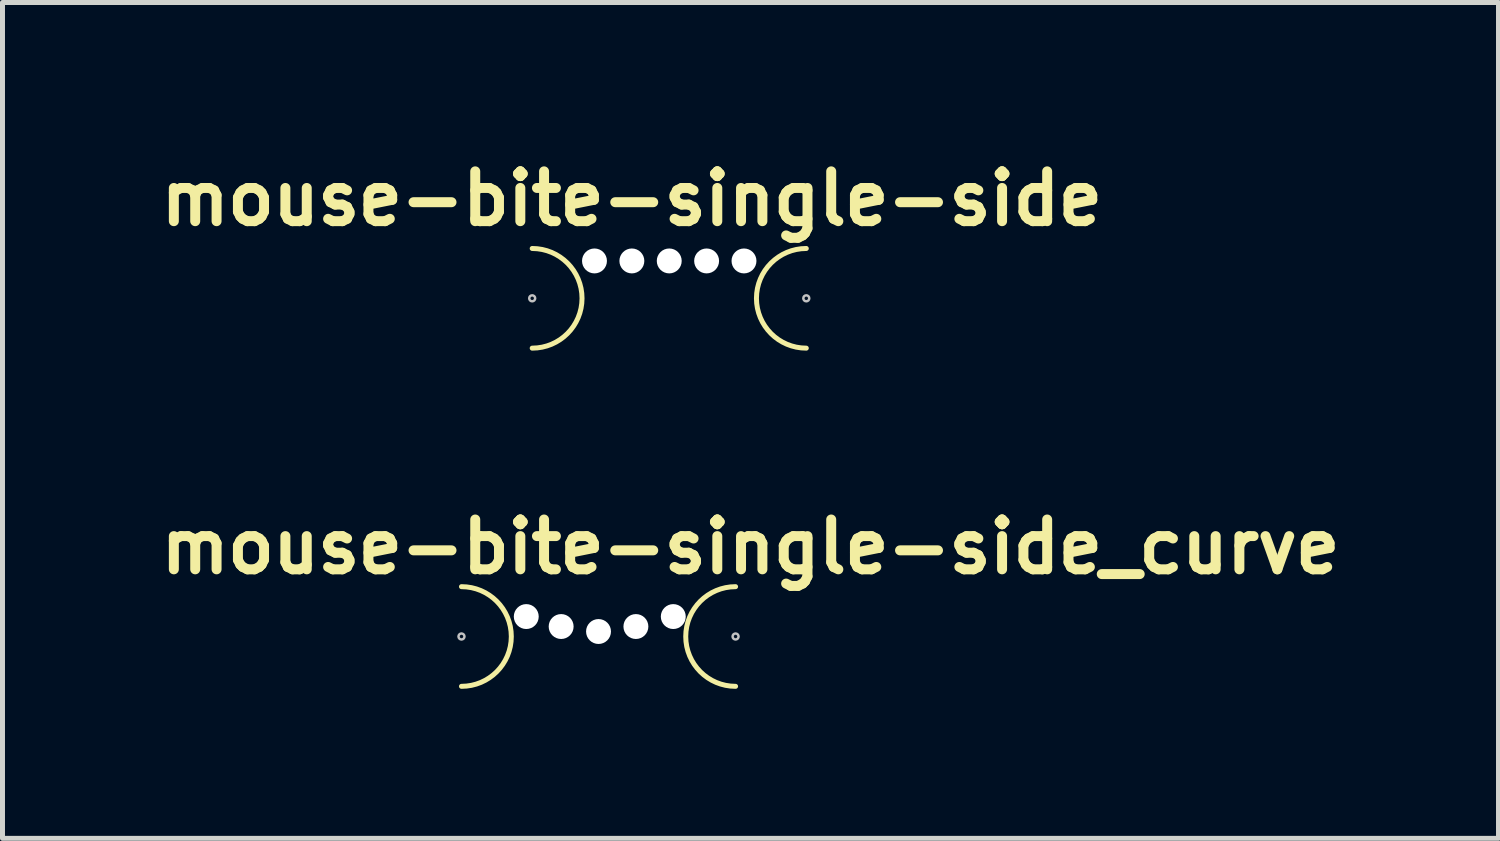
<source format=kicad_pcb>
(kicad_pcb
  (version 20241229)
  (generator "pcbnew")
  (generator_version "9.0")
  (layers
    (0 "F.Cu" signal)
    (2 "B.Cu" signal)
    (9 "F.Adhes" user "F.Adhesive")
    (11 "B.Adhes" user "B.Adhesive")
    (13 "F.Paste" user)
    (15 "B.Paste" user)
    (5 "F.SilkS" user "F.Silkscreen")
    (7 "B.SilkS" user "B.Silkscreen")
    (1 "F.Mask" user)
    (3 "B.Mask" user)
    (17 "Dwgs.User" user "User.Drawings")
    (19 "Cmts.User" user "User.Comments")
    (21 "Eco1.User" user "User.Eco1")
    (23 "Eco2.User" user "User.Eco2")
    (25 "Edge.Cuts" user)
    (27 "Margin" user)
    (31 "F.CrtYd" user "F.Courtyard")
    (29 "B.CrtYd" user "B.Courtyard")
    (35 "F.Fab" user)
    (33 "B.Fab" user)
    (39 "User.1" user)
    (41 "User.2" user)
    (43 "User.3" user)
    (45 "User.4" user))
  (footprint "mouse-bite-single-side_curve"
    (layer "F.Cu")
    (at 8.21 9.722)
    (property "Reference" "mouse-bite-single-side_curve" (at 3.8 -1.8 0) (layer "F.SilkS") (effects (font (size 1 1) (thickness 0.2))))
    (attr through_hole)
    (fp_arc (start -2 -1) (mid -1 0) (end -2 1) (stroke (width 0.1) (type solid)) (layer "F.SilkS"))
    (fp_arc (start 3.5 1) (mid 2.5 0) (end 3.5 -1) (stroke (width 0.1) (type solid)) (layer "F.SilkS"))
    (fp_circle (center -2 0) (end -2 -0.06) (stroke (width 0.05) (type solid)) (fill no) (layer "Dwgs.User"))
    (fp_circle (center 3.5 0) (end 3.56 0) (stroke (width 0.05) (type solid)) (fill no) (layer "Dwgs.User"))
    (fp_line (start -2 0) (end -2 0) (stroke (width 2) (type solid)) (layer "Eco1.User"))
    (fp_line (start 3.5 0) (end 3.5 0) (stroke (width 2) (type solid)) (layer "Eco1.User"))
    (pad "" np_thru_hole circle (at -0.7 -0.4) (size 0.5 0.5) (drill 0.5) (layers "*.Cu" "*.Mask"))
    (pad "" np_thru_hole circle (at 0 -0.2) (size 0.5 0.5) (drill 0.5) (layers "*.Cu" "*.Mask"))
    (pad "" np_thru_hole circle (at 0.75 -0.1) (size 0.5 0.5) (drill 0.5) (layers "*.Cu" "*.Mask"))
    (pad "" np_thru_hole circle (at 1.5 -0.2) (size 0.5 0.5) (drill 0.5) (layers "*.Cu" "*.Mask"))
    (pad "" np_thru_hole circle (at 2.25 -0.4) (size 0.5 0.5) (drill 0.5) (layers "*.Cu" "*.Mask")))
  (footprint "mouse-bite-single-side"
    (layer "F.Cu")
    (at 9.629 2.936)
    (property "Reference" "mouse-bite-single-side" (at 0 -2 0) (layer "F.SilkS") (effects (font (size 1 1) (thickness 0.2))))
    (attr through_hole)
    (fp_arc (start -2 -1) (mid -1 0) (end -2 1) (stroke (width 0.1) (type solid)) (layer "F.SilkS"))
    (fp_arc (start 3.5 1) (mid 2.5 0) (end 3.5 -1) (stroke (width 0.1) (type solid)) (layer "F.SilkS"))
    (fp_circle (center -2 0) (end -2 -0.06) (stroke (width 0.05) (type solid)) (fill no) (layer "Dwgs.User"))
    (fp_circle (center 3.5 0) (end 3.56 0) (stroke (width 0.05) (type solid)) (fill no) (layer "Dwgs.User"))
    (fp_line (start -2 0) (end -2 0) (stroke (width 2) (type solid)) (layer "Eco1.User"))
    (fp_line (start 3.5 0) (end 3.5 0) (stroke (width 2) (type solid)) (layer "Eco1.User"))
    (pad "" np_thru_hole circle (at -0.75 -0.75) (size 0.5 0.5) (drill 0.5) (layers "*.Cu" "*.Mask"))
    (pad "" np_thru_hole circle (at 0 -0.75) (size 0.5 0.5) (drill 0.5) (layers "*.Cu" "*.Mask"))
    (pad "" np_thru_hole circle (at 0.75 -0.75) (size 0.5 0.5) (drill 0.5) (layers "*.Cu" "*.Mask"))
    (pad "" np_thru_hole circle (at 1.5 -0.75) (size 0.5 0.5) (drill 0.5) (layers "*.Cu" "*.Mask"))
    (pad "" np_thru_hole circle (at 2.25 -0.75) (size 0.5 0.5) (drill 0.5) (layers "*.Cu" "*.Mask")))
  (gr_rect
    (start -3 -3)
    (end 27.019 13.772)
    (stroke (width 0.1) (type default))
    (fill no)
    (layer "Edge.Cuts")))
</source>
